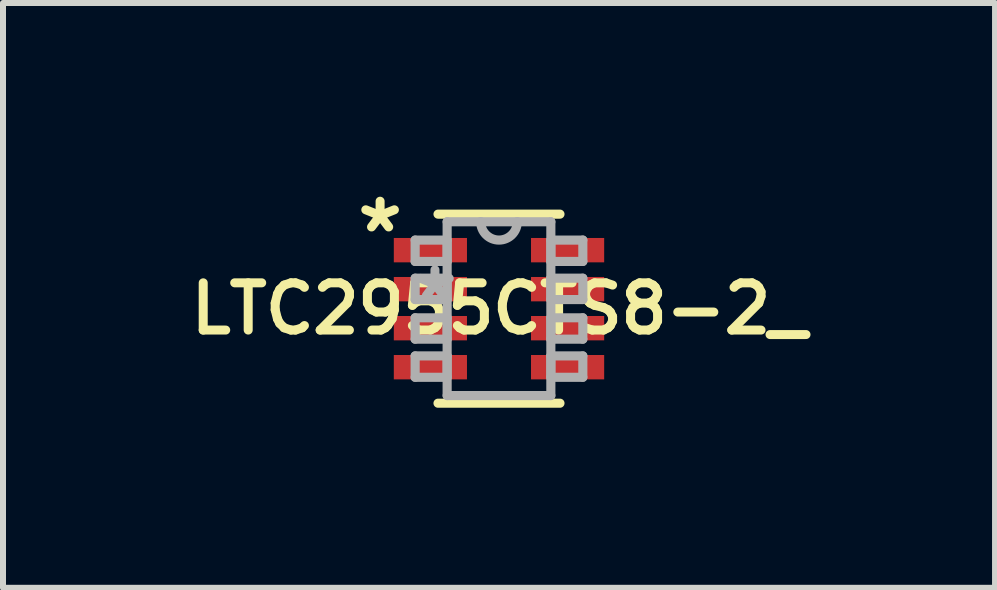
<source format=kicad_pcb>
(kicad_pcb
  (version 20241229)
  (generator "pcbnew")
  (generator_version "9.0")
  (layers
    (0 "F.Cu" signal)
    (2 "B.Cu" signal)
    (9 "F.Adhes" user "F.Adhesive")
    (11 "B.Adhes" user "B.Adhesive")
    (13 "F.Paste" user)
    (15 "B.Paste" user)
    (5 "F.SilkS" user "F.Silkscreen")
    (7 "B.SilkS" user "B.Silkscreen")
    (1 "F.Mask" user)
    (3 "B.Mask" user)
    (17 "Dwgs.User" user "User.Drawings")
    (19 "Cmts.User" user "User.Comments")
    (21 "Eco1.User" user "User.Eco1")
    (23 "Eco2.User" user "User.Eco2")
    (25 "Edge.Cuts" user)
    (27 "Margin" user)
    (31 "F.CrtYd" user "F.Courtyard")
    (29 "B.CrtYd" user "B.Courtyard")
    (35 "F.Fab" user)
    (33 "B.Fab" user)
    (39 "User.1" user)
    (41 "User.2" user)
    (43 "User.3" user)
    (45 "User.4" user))
  (footprint "LTC2955CTS8-2_"
    (layer "F.Cu")
    (at 5.264 2.093)
    (property "Reference" "LTC2955CTS8-2_" (at 0 0 0) (layer "F.SilkS") (effects (font (size 0.787 0.787) (thickness 0.15))))
    (attr smd)
    (fp_line (start -1.016 1.575) (end 1.016 1.575) (stroke (width 0.152) (type solid)) (layer "F.SilkS"))
    (fp_line (start 1.016 -1.575) (end -1.016 -1.575) (stroke (width 0.152) (type solid)) (layer "F.SilkS"))
    (fp_line (start -1.397 -1.143) (end -1.397 -0.787) (stroke (width 0.152) (type solid)) (layer "F.Fab"))
    (fp_line (start -1.397 -0.787) (end -0.864 -0.787) (stroke (width 0.152) (type solid)) (layer "F.Fab"))
    (fp_line (start -1.397 -0.508) (end -1.397 -0.152) (stroke (width 0.152) (type solid)) (layer "F.Fab"))
    (fp_line (start -1.397 -0.152) (end -0.864 -0.152) (stroke (width 0.152) (type solid)) (layer "F.Fab"))
    (fp_line (start -1.397 0.152) (end -1.397 0.508) (stroke (width 0.152) (type solid)) (layer "F.Fab"))
    (fp_line (start -1.397 0.508) (end -0.864 0.508) (stroke (width 0.152) (type solid)) (layer "F.Fab"))
    (fp_line (start -1.397 0.787) (end -1.397 1.143) (stroke (width 0.152) (type solid)) (layer "F.Fab"))
    (fp_line (start -1.397 1.143) (end -0.864 1.143) (stroke (width 0.152) (type solid)) (layer "F.Fab"))
    (fp_line (start -0.864 -1.448) (end -0.864 1.448) (stroke (width 0.152) (type solid)) (layer "F.Fab"))
    (fp_line (start -0.864 -1.143) (end -1.397 -1.143) (stroke (width 0.152) (type solid)) (layer "F.Fab"))
    (fp_line (start -0.864 -0.787) (end -0.864 -1.143) (stroke (width 0.152) (type solid)) (layer "F.Fab"))
    (fp_line (start -0.864 -0.508) (end -1.397 -0.508) (stroke (width 0.152) (type solid)) (layer "F.Fab"))
    (fp_line (start -0.864 -0.152) (end -0.864 -0.508) (stroke (width 0.152) (type solid)) (layer "F.Fab"))
    (fp_line (start -0.864 0.152) (end -1.397 0.152) (stroke (width 0.152) (type solid)) (layer "F.Fab"))
    (fp_line (start -0.864 0.508) (end -0.864 0.152) (stroke (width 0.152) (type solid)) (layer "F.Fab"))
    (fp_line (start -0.864 0.787) (end -1.397 0.787) (stroke (width 0.152) (type solid)) (layer "F.Fab"))
    (fp_line (start -0.864 1.143) (end -0.864 0.787) (stroke (width 0.152) (type solid)) (layer "F.Fab"))
    (fp_line (start -0.864 1.448) (end 0.864 1.448) (stroke (width 0.152) (type solid)) (layer "F.Fab"))
    (fp_line (start -0.305 -1.448) (end -0.864 -1.448) (stroke (width 0.152) (type solid)) (layer "F.Fab"))
    (fp_line (start 0.305 -1.448) (end -0.305 -1.448) (stroke (width 0.152) (type solid)) (layer "F.Fab"))
    (fp_line (start 0.864 -1.448) (end 0.305 -1.448) (stroke (width 0.152) (type solid)) (layer "F.Fab"))
    (fp_line (start 0.864 -1.143) (end 0.864 -0.787) (stroke (width 0.152) (type solid)) (layer "F.Fab"))
    (fp_line (start 0.864 -0.787) (end 1.397 -0.787) (stroke (width 0.152) (type solid)) (layer "F.Fab"))
    (fp_line (start 0.864 -0.508) (end 0.864 -0.152) (stroke (width 0.152) (type solid)) (layer "F.Fab"))
    (fp_line (start 0.864 -0.152) (end 1.397 -0.152) (stroke (width 0.152) (type solid)) (layer "F.Fab"))
    (fp_line (start 0.864 0.152) (end 0.864 0.508) (stroke (width 0.152) (type solid)) (layer "F.Fab"))
    (fp_line (start 0.864 0.508) (end 1.397 0.508) (stroke (width 0.152) (type solid)) (layer "F.Fab"))
    (fp_line (start 0.864 0.787) (end 0.864 1.143) (stroke (width 0.152) (type solid)) (layer "F.Fab"))
    (fp_line (start 0.864 1.143) (end 1.397 1.143) (stroke (width 0.152) (type solid)) (layer "F.Fab"))
    (fp_line (start 0.864 1.448) (end 0.864 -1.448) (stroke (width 0.152) (type solid)) (layer "F.Fab"))
    (fp_line (start 1.397 -1.143) (end 0.864 -1.143) (stroke (width 0.152) (type solid)) (layer "F.Fab"))
    (fp_line (start 1.397 -0.787) (end 1.397 -1.143) (stroke (width 0.152) (type solid)) (layer "F.Fab"))
    (fp_line (start 1.397 -0.508) (end 0.864 -0.508) (stroke (width 0.152) (type solid)) (layer "F.Fab"))
    (fp_line (start 1.397 -0.152) (end 1.397 -0.508) (stroke (width 0.152) (type solid)) (layer "F.Fab"))
    (fp_line (start 1.397 0.152) (end 0.864 0.152) (stroke (width 0.152) (type solid)) (layer "F.Fab"))
    (fp_line (start 1.397 0.508) (end 1.397 0.152) (stroke (width 0.152) (type solid)) (layer "F.Fab"))
    (fp_line (start 1.397 0.787) (end 0.864 0.787) (stroke (width 0.152) (type solid)) (layer "F.Fab"))
    (fp_line (start 1.397 1.143) (end 1.397 0.787) (stroke (width 0.152) (type solid)) (layer "F.Fab"))
    (fp_arc (start 0.3048 -1.4478) (mid 0 -1.143) (end -0.3048 -1.4478) (stroke (width 0.1524) (type solid)) (layer "F.Fab"))
    (fp_text user "*" (at -1.981 -1.245 0) (layer "F.SilkS") (effects (font (size 1 1) (thickness 0.15))))
    (fp_text user "*" (at -1.067 -0.102 0) (layer "F.Fab") (effects (font (size 1 1) (thickness 0.15))))
    (pad "1" smd rect (at -1.143 -0.975) (size 1.219 0.406) (layers "F.Cu" "F.Mask" "F.Paste"))
    (pad "2" smd rect (at -1.143 -0.325) (size 1.219 0.406) (layers "F.Cu" "F.Mask" "F.Paste"))
    (pad "3" smd rect (at -1.143 0.325) (size 1.219 0.406) (layers "F.Cu" "F.Mask" "F.Paste"))
    (pad "4" smd rect (at -1.143 0.975) (size 1.219 0.406) (layers "F.Cu" "F.Mask" "F.Paste"))
    (pad "5" smd rect (at 1.143 0.975) (size 1.219 0.406) (layers "F.Cu" "F.Mask" "F.Paste"))
    (pad "6" smd rect (at 1.143 0.325) (size 1.219 0.406) (layers "F.Cu" "F.Mask" "F.Paste"))
    (pad "7" smd rect (at 1.143 -0.325) (size 1.219 0.406) (layers "F.Cu" "F.Mask" "F.Paste"))
    (pad "8" smd rect (at 1.143 -0.975) (size 1.219 0.406) (layers "F.Cu" "F.Mask" "F.Paste")))
  (gr_rect
    (start -3 -3)
    (end 13.529 6.744)
    (stroke (width 0.1) (type default))
    (fill no)
    (layer "Edge.Cuts")))
</source>
